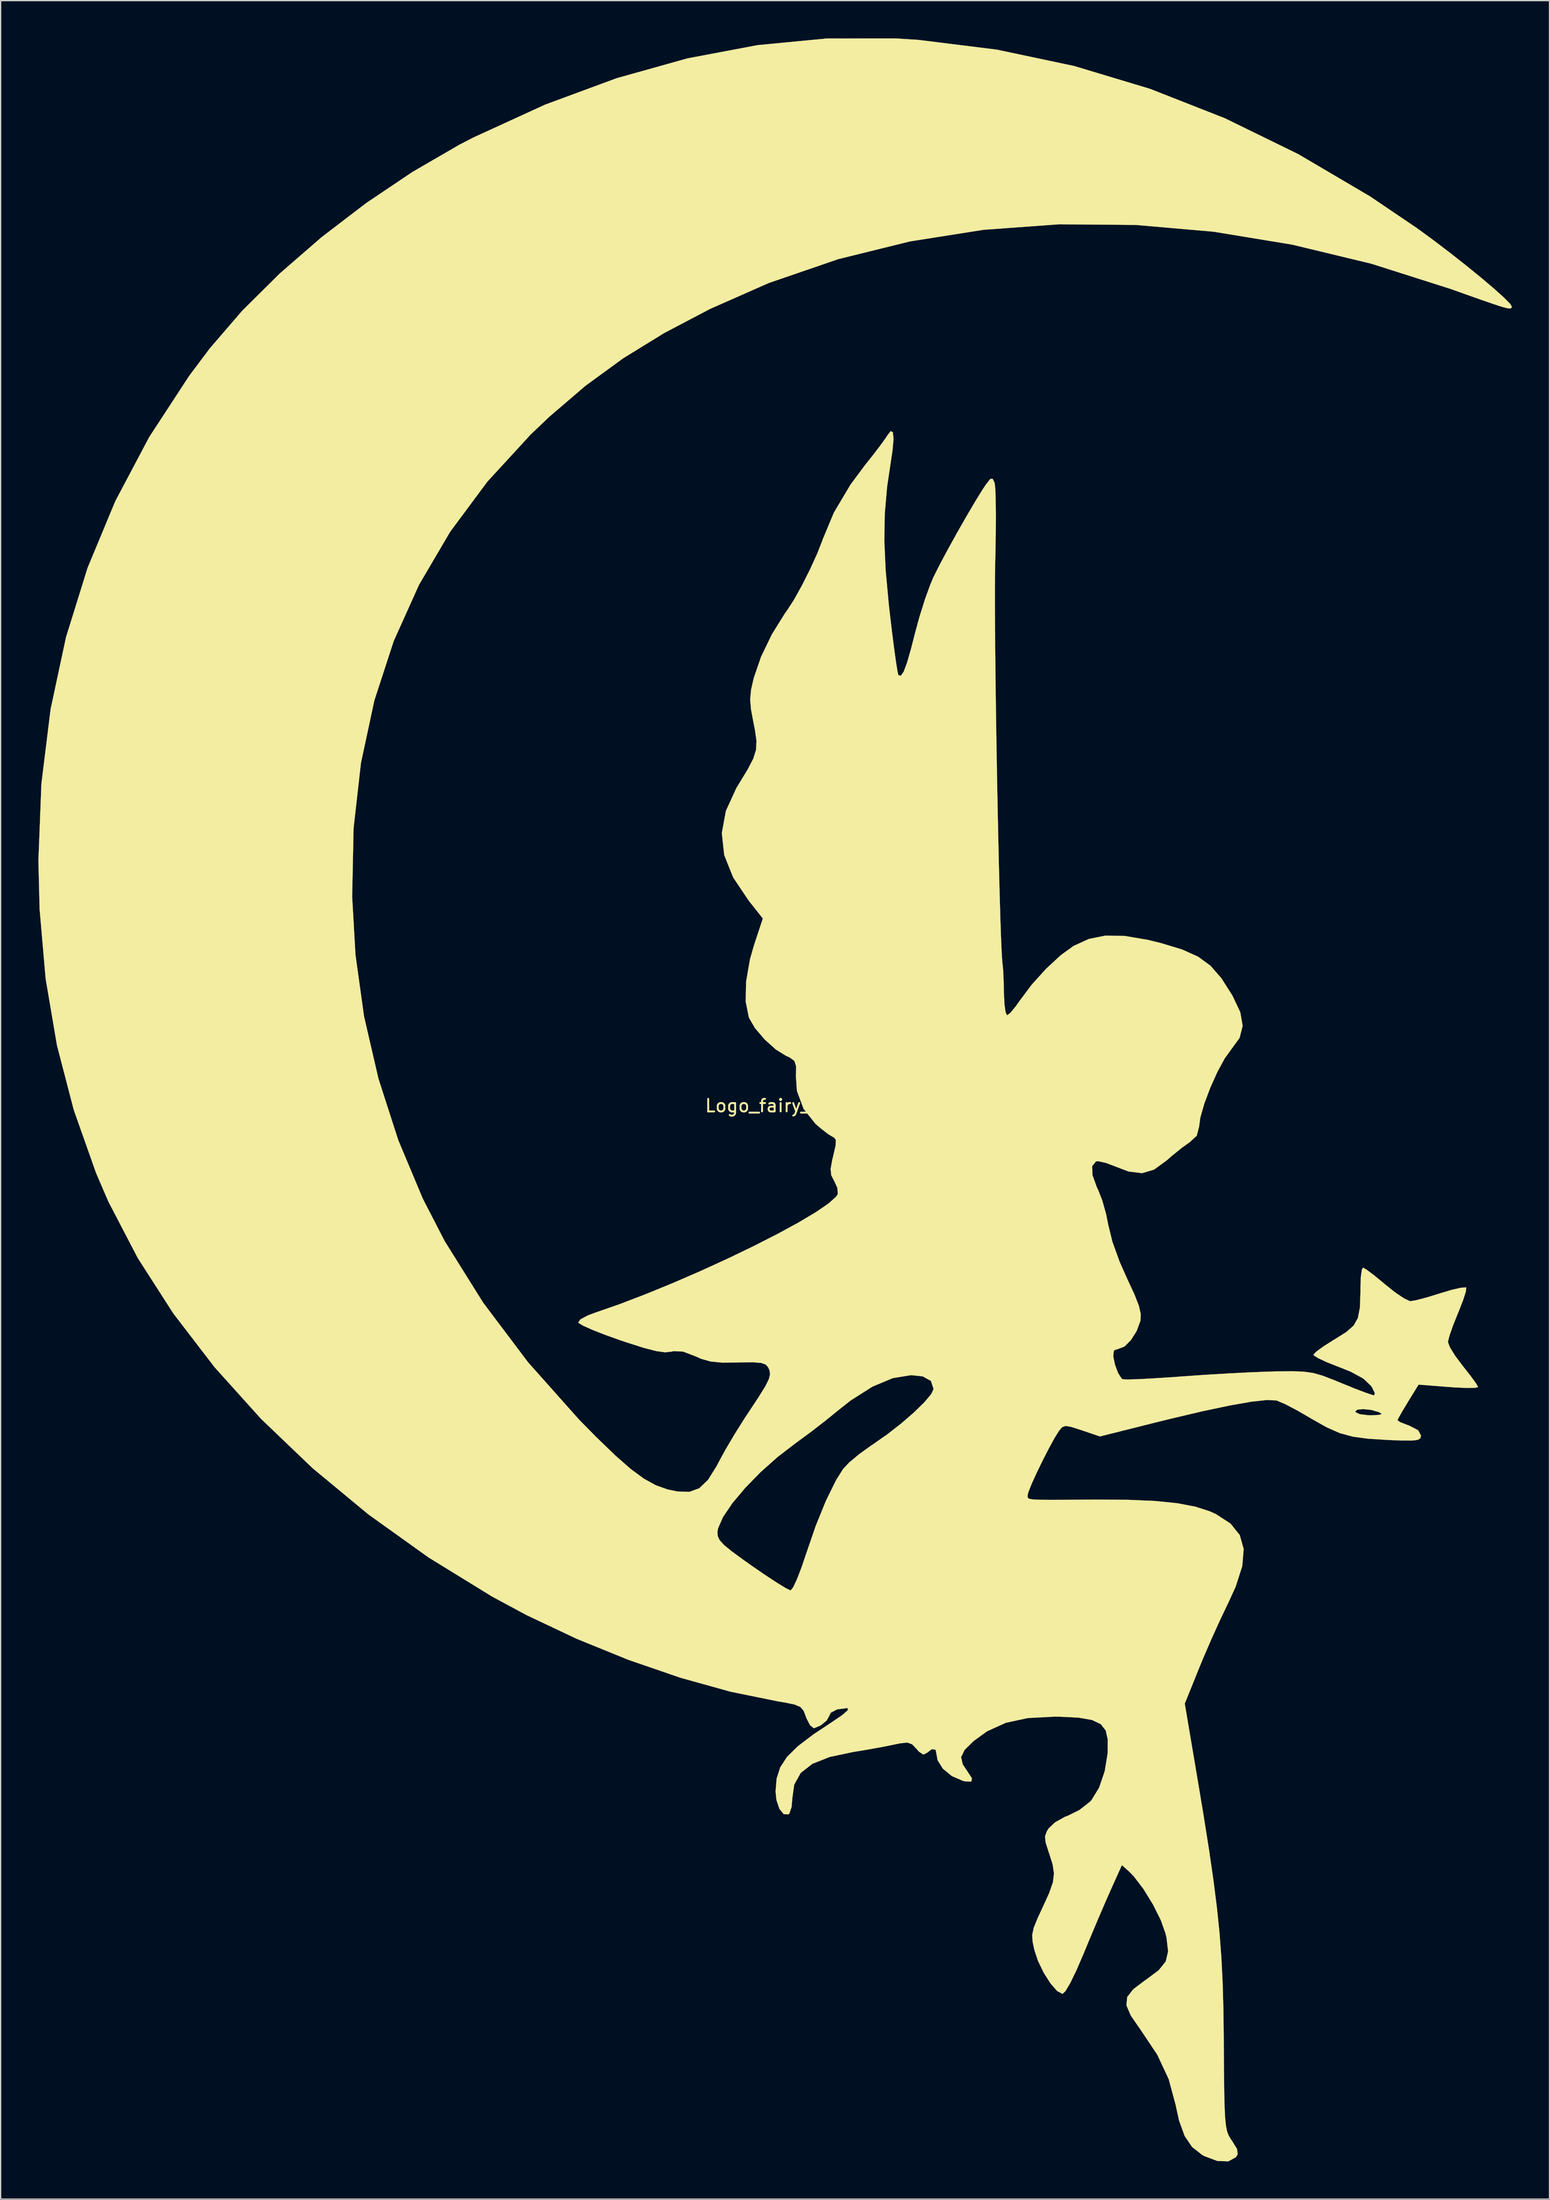
<source format=kicad_pcb>
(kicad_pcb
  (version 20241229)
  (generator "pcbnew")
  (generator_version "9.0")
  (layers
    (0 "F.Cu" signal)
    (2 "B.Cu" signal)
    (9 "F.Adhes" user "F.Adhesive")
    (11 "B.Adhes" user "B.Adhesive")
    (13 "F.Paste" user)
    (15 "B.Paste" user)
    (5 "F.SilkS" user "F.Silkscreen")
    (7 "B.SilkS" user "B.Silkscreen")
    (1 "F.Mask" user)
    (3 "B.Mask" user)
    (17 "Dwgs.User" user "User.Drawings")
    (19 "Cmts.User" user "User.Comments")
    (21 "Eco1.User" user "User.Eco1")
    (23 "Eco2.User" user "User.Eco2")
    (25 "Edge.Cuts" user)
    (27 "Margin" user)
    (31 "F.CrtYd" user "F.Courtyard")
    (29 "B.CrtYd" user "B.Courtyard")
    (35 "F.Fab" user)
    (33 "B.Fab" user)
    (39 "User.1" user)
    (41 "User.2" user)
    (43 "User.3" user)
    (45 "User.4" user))
  (footprint "Logo_fairy_big"
    (layer "F.Cu")
    (at 58.376 84.361)
    (property "Reference" "Logo_fairy_big" (at 0 0.5 0) (layer "F.SilkS") (effects (font (size 1 1) (thickness 0.15))))
    (attr through_hole)
    (fp_poly (pts (xy 11.631 -84.239) (xy 17.859 -83.465) (xy 24.005 -82.166) (xy 30.059 -80.345) (xy 36.009 -78.007) (xy 41.843 -75.156) (xy 47.55 -71.797) (xy 51.296 -69.264) (xy 52.572 -68.332) (xy 53.891 -67.329) (xy 55.184 -66.311) (xy 56.381 -65.338) (xy 57.411 -64.465) (xy 58.206 -63.751) (xy 58.696 -63.253) (xy 58.821 -63.052) (xy 58.805 -62.937) (xy 58.713 -62.881) (xy 58.479 -62.902) (xy 58.037 -63.019) (xy 57.321 -63.252) (xy 56.264 -63.618) (xy 54.801 -64.138) (xy 53.961 -64.437) (xy 47.653 -66.444) (xy 41.359 -67.96) (xy 35.105 -68.988) (xy 28.913 -69.526) (xy 22.807 -69.577) (xy 16.812 -69.14) (xy 10.952 -68.216) (xy 5.249 -66.807) (xy -0.271 -64.912) (xy -4.946 -62.849) (xy -8.6 -60.93) (xy -11.856 -58.925) (xy -14.855 -56.739) (xy -17.734 -54.273) (xy -19.216 -52.862) (xy -22.647 -49.131) (xy -25.607 -45.149) (xy -28.094 -40.919) (xy -30.108 -36.442) (xy -31.648 -31.721) (xy -32.713 -26.76) (xy -33.302 -21.56) (xy -33.414 -16.125) (xy -33.151 -11.503) (xy -32.469 -6.601) (xy -31.322 -1.648) (xy -29.749 3.23) (xy -27.789 7.906) (xy -26.045 11.283) (xy -22.989 16.167) (xy -19.423 20.899) (xy -15.35 25.474) (xy -13.976 26.868) (xy -12.49 28.302) (xy -11.263 29.378) (xy -10.215 30.151) (xy -9.265 30.677) (xy -8.329 31.01) (xy -7.557 31.17) (xy -6.59 31.203) (xy -5.803 30.916) (xy -5.105 30.245) (xy -4.41 29.129) (xy -4.243 28.806) (xy -3.706 27.822) (xy -2.984 26.605) (xy -2.202 25.36) (xy -1.877 24.868) (xy -1.09 23.68) (xy -0.57 22.842) (xy -0.277 22.265) (xy -0.173 21.859) (xy -0.219 21.536) (xy -0.314 21.32) (xy -0.511 21.085) (xy -0.88 20.952) (xy -1.535 20.901) (xy -2.594 20.914) (xy -2.751 20.919) (xy -3.997 20.927) (xy -4.9 20.839) (xy -5.65 20.627) (xy -6.128 20.418) (xy -7.09 20.051) (xy -7.843 20.014) (xy -8.05 20.061) (xy -8.526 20.108) (xy -9.22 20.012) (xy -10.219 19.754) (xy -11.604 19.314) (xy -12.06 19.16) (xy -13.295 18.719) (xy -14.332 18.311) (xy -15.074 17.977) (xy -15.42 17.759) (xy -15.432 17.739) (xy -15.258 17.491) (xy -14.688 17.182) (xy -14.117 16.967) (xy -12.144 16.28) (xy -10.035 15.473) (xy -7.851 14.577) (xy -5.651 13.621) (xy -3.497 12.635) (xy -1.449 11.648) (xy 0.432 10.689) (xy 2.086 9.788) (xy 3.453 8.975) (xy 4.472 8.28) (xy 5.082 7.731) (xy 5.215 7.521) (xy 5.185 7.04) (xy 4.933 6.493) (xy 4.694 6.03) (xy 4.644 5.534) (xy 4.776 4.799) (xy 4.855 4.479) (xy 5.041 3.662) (xy 5.059 3.22) (xy 4.908 3.023) (xy 4.837 2.994) (xy 4.436 2.752) (xy 3.821 2.272) (xy 3.44 1.942) (xy 2.493 0.75) (xy 1.964 -0.67) (xy 1.883 -1.831) (xy 1.9 -2.619) (xy 1.764 -3.06) (xy 1.386 -3.337) (xy 1.107 -3.46) (xy 0.285 -3.968) (xy -0.601 -4.765) (xy -1.373 -5.669) (xy -1.854 -6.498) (xy -1.856 -6.501) (xy -2.111 -7.771) (xy -2.08 -9.359) (xy -1.772 -11.137) (xy -1.444 -12.282) (xy -0.748 -14.386) (xy -1.881 -15.816) (xy -3.111 -17.653) (xy -3.819 -19.426) (xy -4.01 -21.175) (xy -3.686 -22.94) (xy -2.851 -24.762) (xy -2.657 -25.081) (xy -1.952 -26.236) (xy -1.507 -27.094) (xy -1.286 -27.803) (xy -1.253 -28.511) (xy -1.373 -29.367) (xy -1.488 -29.942) (xy -1.691 -31.026) (xy -1.755 -31.828) (xy -1.68 -32.584) (xy -1.468 -33.512) (xy -0.89 -35.19) (xy -0.027 -36.979) (xy 1.005 -38.639) (xy 1.197 -38.903) (xy 1.728 -39.724) (xy 2.362 -40.866) (xy 3.008 -42.148) (xy 3.577 -43.394) (xy 3.98 -44.423) (xy 4.01 -44.517) (xy 4.906 -46.661) (xy 6.228 -48.883) (xy 7.355 -50.399) (xy 8.064 -51.294) (xy 8.66 -52.077) (xy 9.049 -52.623) (xy 9.125 -52.746) (xy 9.419 -53.133) (xy 9.596 -53.038) (xy 9.647 -52.503) (xy 9.566 -51.57) (xy 9.466 -50.926) (xy 9.136 -48.705) (xy 8.953 -46.587) (xy 8.915 -44.426) (xy 9.021 -42.072) (xy 9.269 -39.38) (xy 9.335 -38.786) (xy 9.521 -37.222) (xy 9.696 -35.848) (xy 9.848 -34.75) (xy 9.966 -34.013) (xy 10.036 -33.723) (xy 10.232 -33.691) (xy 10.454 -34.005) (xy 10.72 -34.715) (xy 11.05 -35.868) (xy 11.334 -36.987) (xy 11.713 -38.379) (xy 12.153 -39.777) (xy 12.59 -40.978) (xy 12.827 -41.532) (xy 13.31 -42.494) (xy 13.96 -43.711) (xy 14.703 -45.053) (xy 15.466 -46.39) (xy 16.174 -47.592) (xy 16.754 -48.527) (xy 17.01 -48.908) (xy 17.347 -49.334) (xy 17.533 -49.344) (xy 17.683 -49.041) (xy 17.738 -48.631) (xy 17.773 -47.772) (xy 17.787 -46.549) (xy 17.781 -45.049) (xy 17.752 -43.355) (xy 17.735 -42.645) (xy 17.717 -41.533) (xy 17.711 -40.026) (xy 17.717 -38.184) (xy 17.733 -36.068) (xy 17.757 -33.735) (xy 17.79 -31.247) (xy 17.829 -28.663) (xy 17.874 -26.042) (xy 17.923 -23.444) (xy 17.976 -20.929) (xy 18.031 -18.556) (xy 18.087 -16.385) (xy 18.143 -14.476) (xy 18.198 -12.887) (xy 18.251 -11.68) (xy 18.301 -10.914) (xy 18.328 -10.695) (xy 18.372 -10.233) (xy 18.408 -9.418) (xy 18.428 -8.489) (xy 18.47 -7.585) (xy 18.559 -6.937) (xy 18.678 -6.684) (xy 18.68 -6.684) (xy 18.949 -6.889) (xy 19.379 -7.412) (xy 19.655 -7.807) (xy 20.637 -9.119) (xy 21.789 -10.393) (xy 22.968 -11.481) (xy 23.975 -12.206) (xy 25.187 -12.759) (xy 26.504 -13.022) (xy 28.026 -12.998) (xy 29.853 -12.69) (xy 30.938 -12.424) (xy 32.606 -11.918) (xy 33.873 -11.349) (xy 34.87 -10.619) (xy 35.729 -9.631) (xy 36.583 -8.288) (xy 36.614 -8.234) (xy 37.232 -6.927) (xy 37.419 -5.844) (xy 37.174 -4.891) (xy 36.543 -4.022) (xy 35.998 -3.269) (xy 35.409 -2.183) (xy 34.842 -0.925) (xy 34.366 0.341) (xy 34.049 1.454) (xy 33.956 2.15) (xy 33.767 2.887) (xy 33.221 3.39) (xy 32.595 3.838) (xy 31.807 4.474) (xy 31.355 4.867) (xy 30.375 5.58) (xy 29.42 5.864) (xy 28.349 5.734) (xy 27.288 5.332) (xy 26.523 5.042) (xy 25.925 4.914) (xy 25.751 4.929) (xy 25.446 5.305) (xy 25.473 6.022) (xy 25.829 7.005) (xy 25.925 7.199) (xy 26.252 8.031) (xy 26.557 9.122) (xy 26.729 9.976) (xy 27.055 11.308) (xy 27.628 12.897) (xy 28.235 14.263) (xy 28.815 15.512) (xy 29.163 16.406) (xy 29.312 17.051) (xy 29.296 17.556) (xy 29.284 17.612) (xy 28.99 18.409) (xy 28.527 19.142) (xy 28.016 19.65) (xy 27.669 19.785) (xy 27.241 19.928) (xy 27.164 20.011) (xy 27.127 20.446) (xy 27.269 21.109) (xy 27.517 21.77) (xy 27.798 22.2) (xy 27.878 22.25) (xy 28.245 22.268) (xy 29.047 22.246) (xy 30.189 22.188) (xy 31.574 22.1) (xy 32.619 22.024) (xy 34.395 21.9) (xy 36.263 21.788) (xy 38.038 21.698) (xy 39.533 21.64) (xy 39.972 21.629) (xy 41.292 21.612) (xy 42.253 21.643) (xy 43.027 21.752) (xy 43.79 21.969) (xy 44.714 22.326) (xy 45.255 22.55) (xy 46.301 22.975) (xy 47.171 23.307) (xy 47.741 23.499) (xy 47.88 23.528) (xy 47.932 23.344) (xy 47.702 22.887) (xy 47.62 22.766) (xy 47.016 22.194) (xy 46.007 21.646) (xy 45.061 21.268) (xy 44.123 20.899) (xy 43.418 20.572) (xy 43.065 20.342) (xy 43.046 20.304) (xy 43.26 20.066) (xy 43.826 19.651) (xy 44.627 19.141) (xy 44.763 19.061) (xy 45.662 18.495) (xy 46.247 17.98) (xy 46.585 17.379) (xy 46.743 16.556) (xy 46.788 15.376) (xy 46.789 14.939) (xy 46.82 14.104) (xy 46.901 13.535) (xy 46.99 13.371) (xy 47.275 13.534) (xy 47.848 13.965) (xy 48.596 14.577) (xy 48.75 14.708) (xy 49.556 15.35) (xy 50.258 15.823) (xy 50.721 16.038) (xy 50.764 16.042) (xy 51.23 15.962) (xy 52.037 15.751) (xy 53.022 15.451) (xy 53.155 15.408) (xy 54.09 15.13) (xy 54.811 14.969) (xy 55.187 14.952) (xy 55.209 14.968) (xy 55.169 15.29) (xy 54.953 15.964) (xy 54.606 16.854) (xy 54.542 17.006) (xy 54.157 17.962) (xy 53.875 18.769) (xy 53.75 19.264) (xy 53.748 19.293) (xy 53.905 19.711) (xy 54.325 20.388) (xy 54.918 21.181) (xy 54.944 21.213) (xy 55.537 21.964) (xy 55.967 22.554) (xy 56.146 22.862) (xy 56.147 22.87) (xy 55.901 22.931) (xy 55.242 22.94) (xy 54.29 22.899) (xy 53.78 22.863) (xy 51.412 22.676) (xy 50.571 24.042) (xy 50.125 24.783) (xy 49.82 25.322) (xy 49.731 25.517) (xy 49.956 25.662) (xy 50.515 25.883) (xy 50.666 25.935) (xy 51.377 26.301) (xy 51.602 26.72) (xy 51.556 26.938) (xy 51.353 27.069) (xy 50.896 27.125) (xy 50.088 27.122) (xy 48.995 27.079) (xy 47.409 26.98) (xy 46.183 26.814) (xy 45.144 26.531) (xy 44.118 26.08) (xy 42.93 25.413) (xy 42.658 25.249) (xy 41.925 24.827) (xy 46.371 24.827) (xy 46.388 24.865) (xy 46.736 25.028) (xy 47.408 25.111) (xy 47.674 25.114) (xy 48.321 25.081) (xy 48.483 24.997) (xy 48.26 24.865) (xy 47.648 24.688) (xy 47.015 24.622) (xy 46.532 24.668) (xy 46.371 24.827) (xy 41.925 24.827) (xy 41.684 24.688) (xy 40.802 24.23) (xy 40.173 23.96) (xy 40.085 23.933) (xy 39.357 23.899) (xy 38.131 24.032) (xy 36.418 24.331) (xy 34.227 24.794) (xy 31.569 25.42) (xy 30.346 25.723) (xy 26.068 26.797) (xy 24.634 26.312) (xy 23.814 26.047) (xy 23.344 25.96) (xy 23.066 26.056) (xy 22.823 26.337) (xy 22.815 26.349) (xy 22.467 26.901) (xy 22.009 27.736) (xy 21.505 28.719) (xy 21.021 29.718) (xy 20.621 30.6) (xy 20.372 31.232) (xy 20.32 31.447) (xy 20.313 31.585) (xy 20.336 31.688) (xy 20.459 31.761) (xy 20.751 31.806) (xy 21.278 31.831) (xy 22.11 31.839) (xy 23.316 31.835) (xy 24.963 31.823) (xy 25.674 31.819) (xy 28.296 31.835) (xy 30.453 31.928) (xy 32.212 32.106) (xy 33.637 32.376) (xy 34.796 32.747) (xy 35.279 32.964) (xy 36.45 33.721) (xy 37.188 34.638) (xy 37.499 35.755) (xy 37.387 37.112) (xy 36.859 38.75) (xy 36.281 40.013) (xy 35.652 41.327) (xy 34.943 42.892) (xy 34.265 44.461) (xy 33.957 45.209) (xy 32.814 48.039) (xy 33.783 53.764) (xy 34.313 56.944) (xy 34.748 59.69) (xy 35.097 62.097) (xy 35.37 64.255) (xy 35.576 66.258) (xy 35.724 68.196) (xy 35.824 70.163) (xy 35.885 72.25) (xy 35.915 74.55) (xy 35.918 74.997) (xy 35.933 77.105) (xy 35.95 78.747) (xy 35.977 79.992) (xy 36.019 80.906) (xy 36.083 81.56) (xy 36.172 82.021) (xy 36.295 82.357) (xy 36.456 82.637) (xy 36.588 82.827) (xy 36.973 83.453) (xy 37.025 83.861) (xy 36.889 84.097) (xy 36.284 84.432) (xy 35.41 84.404) (xy 34.382 84.02) (xy 34.19 83.914) (xy 33.397 83.291) (xy 32.803 82.411) (xy 32.356 81.176) (xy 32.077 79.901) (xy 31.534 77.89) (xy 30.622 75.946) (xy 29.278 73.936) (xy 29.272 73.927) (xy 28.524 72.85) (xy 28.174 72.035) (xy 28.234 71.37) (xy 28.719 70.745) (xy 29.64 70.051) (xy 29.741 69.984) (xy 30.738 69.24) (xy 31.3 68.542) (xy 31.489 67.739) (xy 31.367 66.684) (xy 31.283 66.312) (xy 30.905 65.247) (xy 30.283 64.008) (xy 29.533 62.787) (xy 28.767 61.779) (xy 28.385 61.389) (xy 27.812 60.882) (xy 26.922 62.859) (xy 26.452 63.926) (xy 25.864 65.298) (xy 25.237 66.785) (xy 24.742 67.978) (xy 24.193 69.249) (xy 23.707 70.248) (xy 23.324 70.897) (xy 23.091 71.12) (xy 22.661 70.89) (xy 22.135 70.288) (xy 21.6 69.447) (xy 21.139 68.496) (xy 20.853 67.635) (xy 20.708 66.954) (xy 20.681 66.415) (xy 20.803 65.853) (xy 21.105 65.106) (xy 21.495 64.27) (xy 22.027 63.103) (xy 22.326 62.248) (xy 22.412 61.542) (xy 22.304 60.824) (xy 22.021 59.933) (xy 22.006 59.891) (xy 21.751 59.103) (xy 21.696 58.606) (xy 21.837 58.2) (xy 21.978 57.969) (xy 22.501 57.475) (xy 23.278 57.043) (xy 23.514 56.954) (xy 24.432 56.499) (xy 25.268 55.846) (xy 25.392 55.715) (xy 26 54.722) (xy 26.449 53.403) (xy 26.684 51.957) (xy 26.687 50.879) (xy 26.526 50.174) (xy 26.132 49.671) (xy 25.434 49.341) (xy 24.363 49.154) (xy 22.847 49.08) (xy 22.459 49.076) (xy 20.329 49.186) (xy 18.573 49.565) (xy 17.082 50.243) (xy 16.019 51.016) (xy 15.301 51.718) (xy 15.022 52.294) (xy 15.154 52.876) (xy 15.511 53.405) (xy 15.885 53.979) (xy 15.833 54.24) (xy 15.343 54.222) (xy 15.162 54.18) (xy 14.285 53.799) (xy 13.564 53.203) (xy 13.149 52.532) (xy 13.101 52.251) (xy 12.999 51.709) (xy 12.691 51.661) (xy 12.333 51.936) (xy 12.02 52.093) (xy 11.663 51.853) (xy 11.48 51.642) (xy 11.125 51.272) (xy 10.746 51.137) (xy 10.148 51.199) (xy 9.694 51.295) (xy 8.766 51.482) (xy 7.572 51.698) (xy 6.417 51.889) (xy 4.562 52.283) (xy 3.19 52.827) (xy 2.265 53.549) (xy 1.749 54.477) (xy 1.604 55.523) (xy 1.537 56.266) (xy 1.368 56.765) (xy 1.296 56.841) (xy 0.914 56.828) (xy 0.57 56.405) (xy 0.333 55.695) (xy 0.267 55.018) (xy 0.349 54) (xy 0.632 53.111) (xy 1.175 52.277) (xy 2.037 51.426) (xy 3.277 50.485) (xy 4.652 49.573) (xy 5.566 48.953) (xy 6.017 48.559) (xy 5.998 48.398) (xy 5.944 48.394) (xy 5.165 48.497) (xy 4.657 48.761) (xy 4.545 48.994) (xy 4.335 49.38) (xy 3.859 49.772) (xy 3.352 49.985) (xy 3.296 49.989) (xy 3.014 49.767) (xy 2.725 49.209) (xy 2.681 49.084) (xy 2.496 48.608) (xy 2.242 48.308) (xy 1.787 48.113) (xy 0.999 47.951) (xy 0.454 47.861) (xy -3.31 47.094) (xy -7.315 45.979) (xy -11.439 44.561) (xy -15.559 42.886) (xy -19.553 40.997) (xy -22.276 39.533) (xy -27.342 36.417) (xy -30.216 34.36) (xy -4.355 34.36) (xy -4.339 34.706) (xy -4.188 35.039) (xy -3.833 35.428) (xy -3.205 35.943) (xy -2.235 36.651) (xy -1.629 37.08) (xy -0.552 37.82) (xy 0.382 38.432) (xy 1.079 38.857) (xy 1.447 39.034) (xy 1.463 39.036) (xy 1.662 38.796) (xy 1.968 38.147) (xy 2.336 37.191) (xy 2.672 36.194) (xy 3.456 33.915) (xy 4.264 31.925) (xy 5.058 30.311) (xy 5.634 29.384) (xy 6.127 28.863) (xy 6.919 28.201) (xy 7.85 27.532) (xy 7.971 27.453) (xy 9.126 26.649) (xy 10.256 25.768) (xy 11.275 24.887) (xy 12.101 24.081) (xy 12.648 23.428) (xy 12.834 23.02) (xy 12.621 22.382) (xy 11.972 22.021) (xy 11.05 21.924) (xy 9.594 22.158) (xy 7.969 22.838) (xy 6.245 23.932) (xy 5.347 24.64) (xy 4.24 25.538) (xy 2.998 26.497) (xy 1.887 27.311) (xy 1.872 27.322) (xy 0.436 28.422) (xy -0.931 29.64) (xy -2.159 30.897) (xy -3.178 32.113) (xy -3.919 33.211) (xy -4.313 34.112) (xy -4.355 34.36) (xy -30.216 34.36) (xy -32.115 33.002) (xy -36.562 29.321) (xy -40.653 25.408) (xy -44.355 21.298) (xy -47.635 17.025) (xy -50.463 12.622) (xy -52.805 8.126) (xy -53.777 5.871) (xy -55.558 0.839) (xy -56.893 -4.292) (xy -57.795 -9.592) (xy -58.276 -15.131) (xy -58.371 -18.983) (xy -58.132 -25.107) (xy -57.4 -31.032) (xy -56.174 -36.753) (xy -54.458 -42.268) (xy -52.252 -47.572) (xy -49.557 -52.661) (xy -46.375 -57.532) (xy -44.706 -59.752) (xy -42.15 -62.715) (xy -39.165 -65.675) (xy -35.847 -68.552) (xy -32.297 -71.268) (xy -28.613 -73.743) (xy -24.894 -75.899) (xy -23.784 -76.473) (xy -18.064 -79.093) (xy -12.381 -81.192) (xy -6.743 -82.77) (xy -1.159 -83.824) (xy 4.365 -84.353) (xy 9.821 -84.356) (xy 11.631 -84.239)) (stroke (width 0.01) (type solid)) (fill yes) (layer "F.SilkS")))
  (gr_rect
    (start -3 -3)
    (end 120.202 171.798)
    (stroke (width 0.1) (type default))
    (fill no)
    (layer "Edge.Cuts")))
</source>
